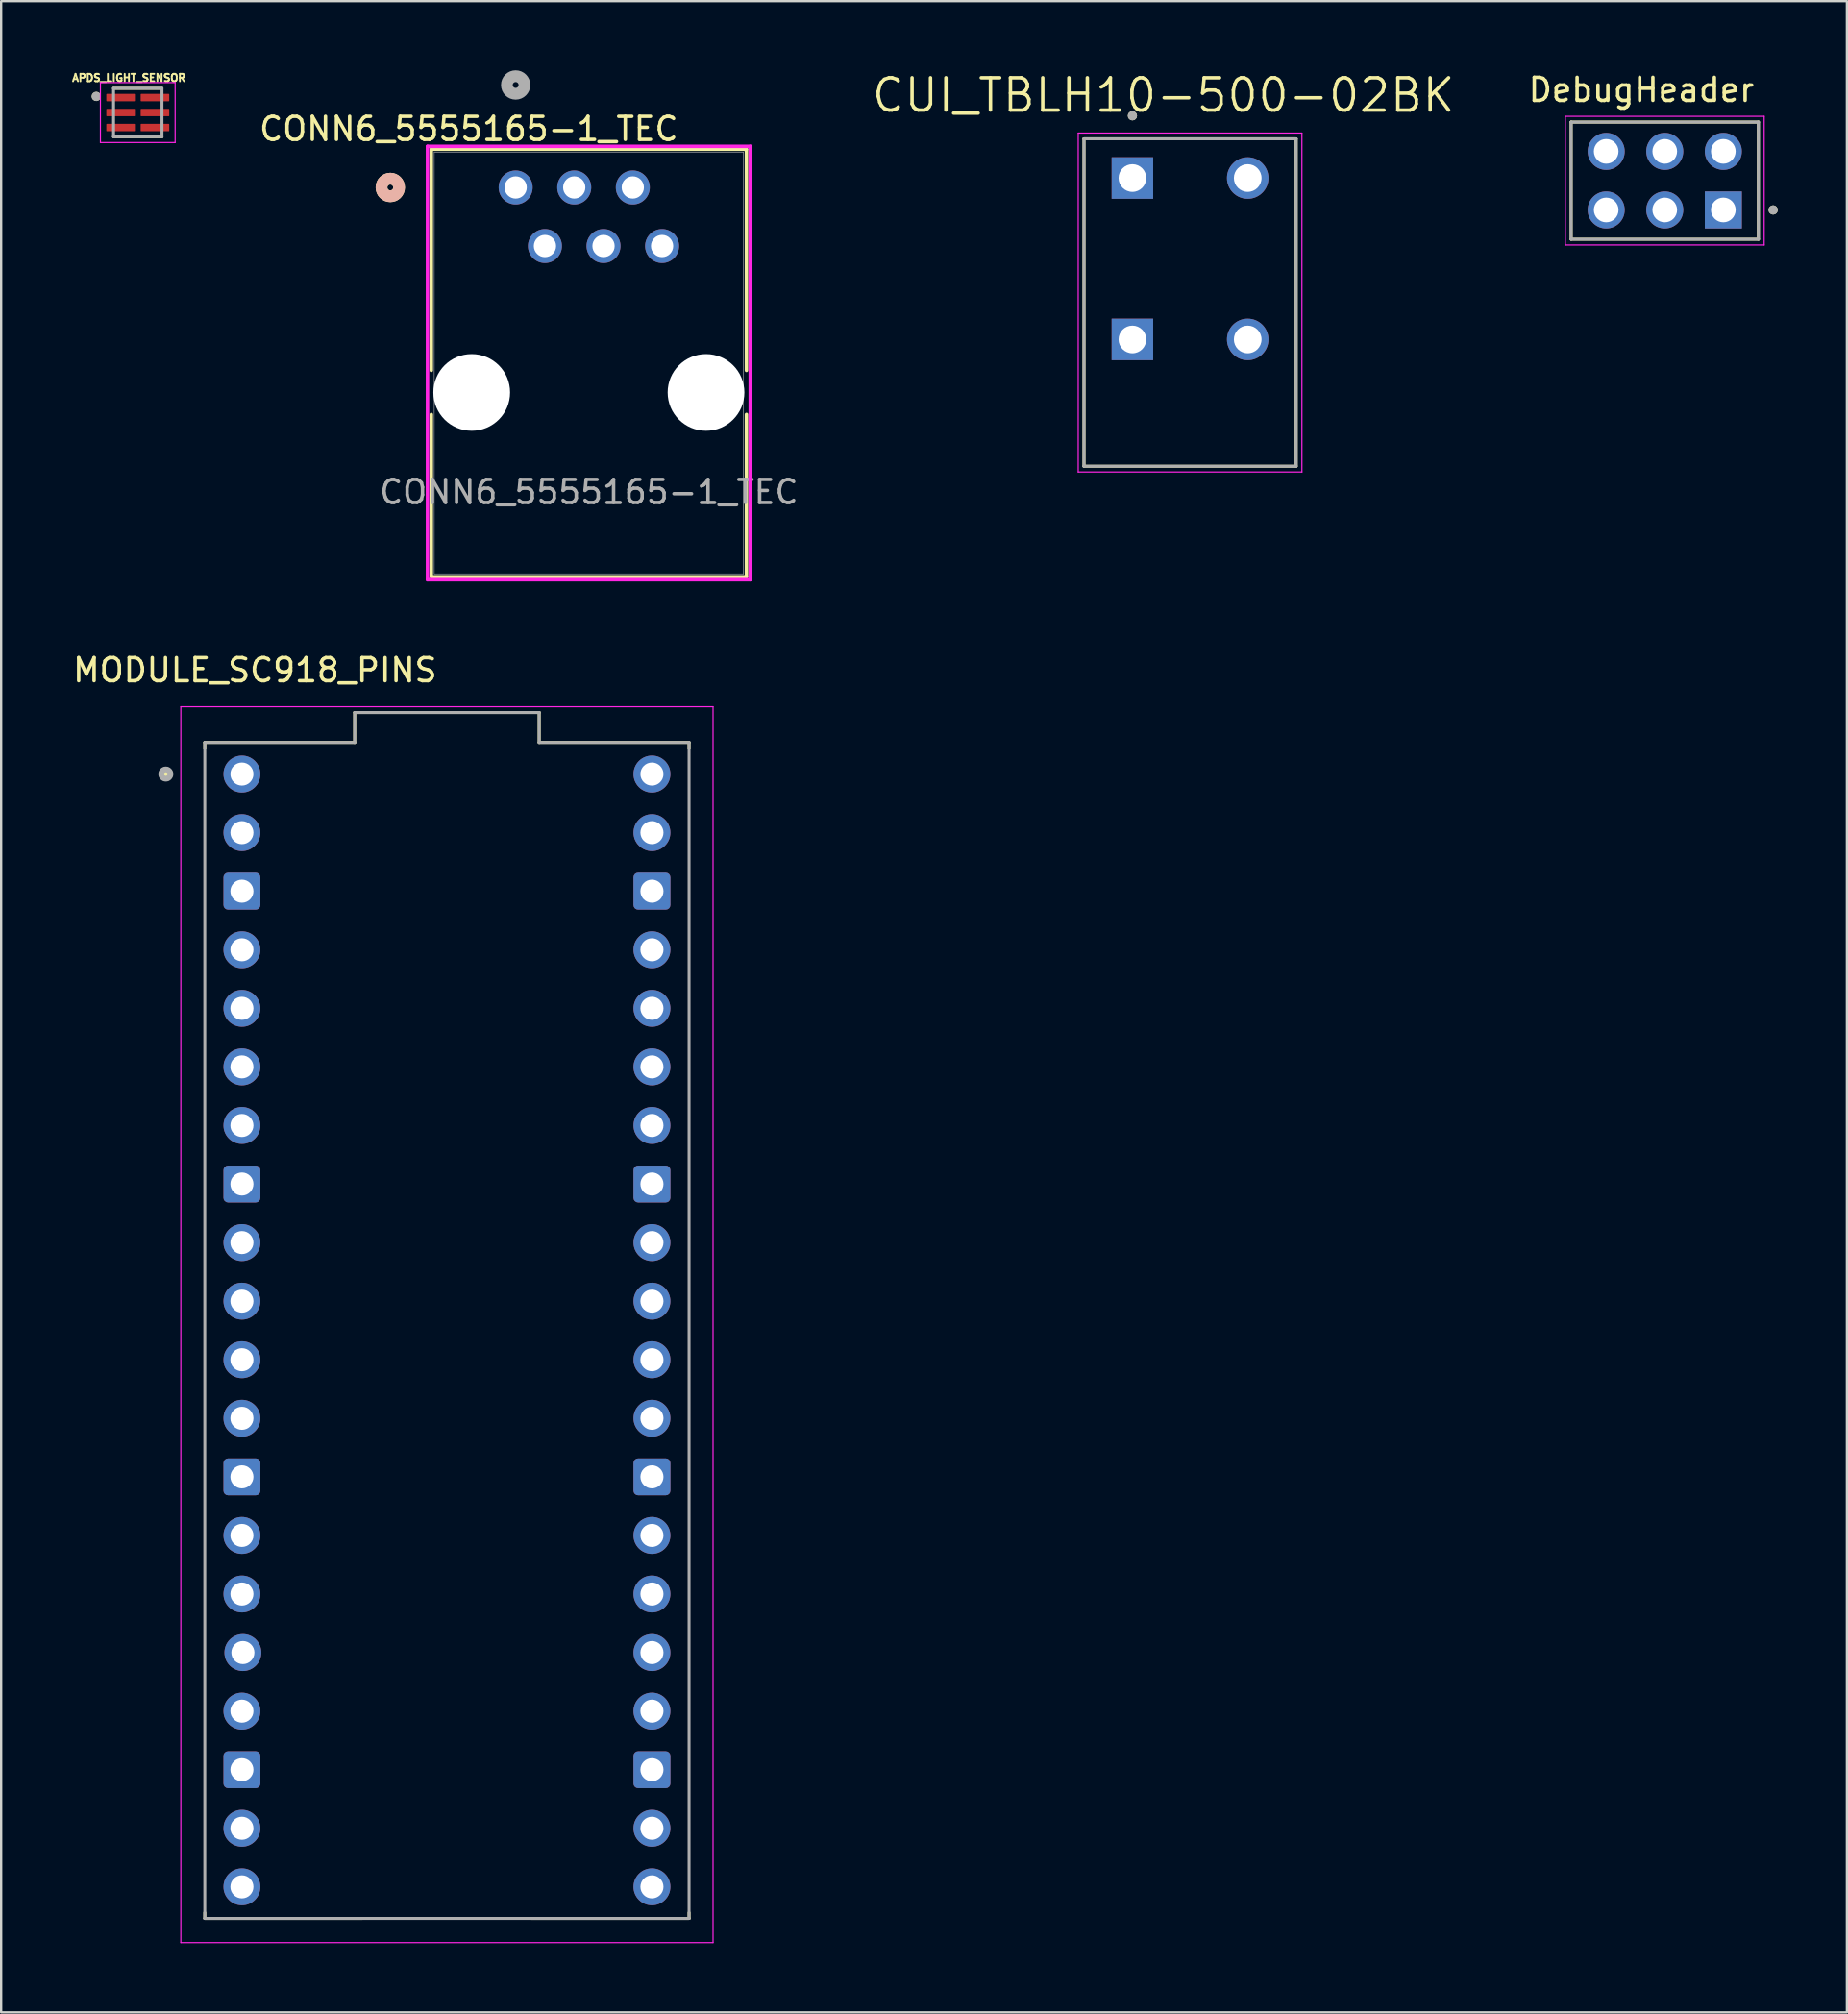
<source format=kicad_pcb>
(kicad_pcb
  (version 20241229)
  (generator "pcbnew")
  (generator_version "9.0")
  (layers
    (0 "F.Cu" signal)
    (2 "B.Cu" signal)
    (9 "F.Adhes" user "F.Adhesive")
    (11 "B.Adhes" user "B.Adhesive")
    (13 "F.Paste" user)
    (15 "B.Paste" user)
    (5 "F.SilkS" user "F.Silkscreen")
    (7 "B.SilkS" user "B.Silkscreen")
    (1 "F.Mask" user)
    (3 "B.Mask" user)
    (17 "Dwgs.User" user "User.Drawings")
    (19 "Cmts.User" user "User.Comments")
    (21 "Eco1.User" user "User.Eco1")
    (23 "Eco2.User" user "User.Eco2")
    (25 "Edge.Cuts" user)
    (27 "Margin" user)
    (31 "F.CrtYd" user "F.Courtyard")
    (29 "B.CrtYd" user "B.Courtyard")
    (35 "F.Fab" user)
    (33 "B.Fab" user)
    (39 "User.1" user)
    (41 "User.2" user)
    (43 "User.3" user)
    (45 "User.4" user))
  (footprint "CONN6_5555165-1_TEC"
    (layer "F.Cu")
    (at 19.311 5.08)
    (property "Reference" "CONN6_5555165-1_TEC" (at -2.032 -2.54 0) (unlocked yes) (layer "F.SilkS") (effects (font (size 1 1) (thickness 0.15))))
    (attr through_hole)
    (fp_line (start -3.658 -1.657) (end -3.658 7.934) (stroke (width 0.152) (type solid)) (layer "F.SilkS"))
    (fp_line (start -3.658 9.846) (end -3.658 16.885) (stroke (width 0.152) (type solid)) (layer "F.SilkS"))
    (fp_line (start -3.658 16.885) (end 10.008 16.885) (stroke (width 0.152) (type solid)) (layer "F.SilkS"))
    (fp_line (start 10.008 -1.657) (end -3.658 -1.657) (stroke (width 0.152) (type solid)) (layer "F.SilkS"))
    (fp_line (start 10.008 7.934) (end 10.008 -1.657) (stroke (width 0.152) (type solid)) (layer "F.SilkS"))
    (fp_line (start 10.008 16.885) (end 10.008 9.846) (stroke (width 0.152) (type solid)) (layer "F.SilkS"))
    (fp_circle (center -5.436 0) (end -5.055 0) (stroke (width 0.508) (type solid)) (fill no) (layer "F.SilkS"))
    (fp_circle (center -5.436 0) (end -5.055 0) (stroke (width 0.508) (type solid)) (fill no) (layer "B.SilkS"))
    (fp_line (start -3.823 -1.784) (end -3.823 17.012) (stroke (width 0.152) (type solid)) (layer "F.CrtYd"))
    (fp_line (start -3.823 17.012) (end 10.173 17.012) (stroke (width 0.152) (type solid)) (layer "F.CrtYd"))
    (fp_line (start 10.173 -1.784) (end -3.823 -1.784) (stroke (width 0.152) (type solid)) (layer "F.CrtYd"))
    (fp_line (start 10.173 17.012) (end 10.173 -1.784) (stroke (width 0.152) (type solid)) (layer "F.CrtYd"))
    (fp_line (start -3.531 -1.53) (end -3.531 16.758) (stroke (width 0.025) (type solid)) (layer "F.Fab"))
    (fp_line (start -3.531 16.758) (end 9.881 16.758) (stroke (width 0.025) (type solid)) (layer "F.Fab"))
    (fp_line (start 9.881 -1.53) (end -3.531 -1.53) (stroke (width 0.025) (type solid)) (layer "F.Fab"))
    (fp_line (start 9.881 16.758) (end 9.881 -1.53) (stroke (width 0.025) (type solid)) (layer "F.Fab"))
    (fp_circle (center 0 -4.445) (end 0.381 -4.445) (stroke (width 0.508) (type solid)) (fill no) (layer "F.Fab"))
    (fp_text user "${REFERENCE}" (at 3.175 13.208 0) (unlocked yes) (layer "F.Fab") (effects (font (size 1 1) (thickness 0.15))))
    (pad "" np_thru_hole circle (at -1.905 8.89) (size 3.327 3.327) (drill 3.327) (layers "*.Cu" "*.Mask"))
    (pad "" np_thru_hole circle (at 8.255 8.89) (size 3.327 3.327) (drill 3.327) (layers "*.Cu" "*.Mask"))
    (pad "1" thru_hole circle (at 0 0) (size 1.473 1.473) (drill 0.965) (layers "*.Cu" "*.Mask"))
    (pad "2" thru_hole circle (at 1.27 2.54) (size 1.473 1.473) (drill 0.965) (layers "*.Cu" "*.Mask"))
    (pad "3" thru_hole circle (at 2.54 0) (size 1.473 1.473) (drill 0.965) (layers "*.Cu" "*.Mask"))
    (pad "4" thru_hole circle (at 3.81 2.54) (size 1.473 1.473) (drill 0.965) (layers "*.Cu" "*.Mask"))
    (pad "5" thru_hole circle (at 5.08 0) (size 1.473 1.473) (drill 0.965) (layers "*.Cu" "*.Mask"))
    (pad "6" thru_hole circle (at 6.35 2.54) (size 1.473 1.473) (drill 0.965) (layers "*.Cu" "*.Mask")))
  (footprint "DebugHeader"
    (layer "F.Cu")
    (at 69.141 4.785)
    (property "Reference" "DebugHeader" (at -1.016 -3.937 0) (layer "F.SilkS") (effects (font (size 1 1) (thickness 0.15))))
    (attr through_hole)
    (fp_line (start -4.06 -2.54) (end 4.06 -2.54) (stroke (width 0.127) (type solid)) (layer "F.SilkS"))
    (fp_line (start -4.06 2.54) (end -4.06 -2.54) (stroke (width 0.127) (type solid)) (layer "F.SilkS"))
    (fp_line (start 4.06 -2.54) (end 4.06 2.54) (stroke (width 0.127) (type solid)) (layer "F.SilkS"))
    (fp_line (start 4.06 2.54) (end -4.06 2.54) (stroke (width 0.127) (type solid)) (layer "F.SilkS"))
    (fp_circle (center 4.699 1.27) (end 4.799 1.27) (stroke (width 0.2) (type solid)) (fill no) (layer "F.SilkS"))
    (fp_line (start -4.31 -2.79) (end 4.31 -2.79) (stroke (width 0.05) (type solid)) (layer "F.CrtYd"))
    (fp_line (start -4.31 2.79) (end -4.31 -2.79) (stroke (width 0.05) (type solid)) (layer "F.CrtYd"))
    (fp_line (start 4.31 -2.79) (end 4.31 2.79) (stroke (width 0.05) (type solid)) (layer "F.CrtYd"))
    (fp_line (start 4.31 2.79) (end -4.31 2.79) (stroke (width 0.05) (type solid)) (layer "F.CrtYd"))
    (fp_line (start -4.06 -2.54) (end 4.06 -2.54) (stroke (width 0.127) (type solid)) (layer "F.Fab"))
    (fp_line (start -4.06 2.54) (end -4.06 -2.54) (stroke (width 0.127) (type solid)) (layer "F.Fab"))
    (fp_line (start 4.06 -2.54) (end 4.06 2.54) (stroke (width 0.127) (type solid)) (layer "F.Fab"))
    (fp_line (start 4.06 2.54) (end -4.06 2.54) (stroke (width 0.127) (type solid)) (layer "F.Fab"))
    (fp_circle (center 4.699 1.27) (end 4.799 1.27) (stroke (width 0.2) (type solid)) (fill no) (layer "F.Fab"))
    (pad "1" thru_hole rect (at 2.54 1.27) (size 1.605 1.605) (drill 1.07) (layers "*.Cu" "*.Mask"))
    (pad "2" thru_hole circle (at 2.54 -1.27) (size 1.605 1.605) (drill 1.07) (layers "*.Cu" "*.Mask"))
    (pad "3" thru_hole circle (at 0 1.27) (size 1.605 1.605) (drill 1.07) (layers "*.Cu" "*.Mask"))
    (pad "4" thru_hole circle (at 0 -1.27) (size 1.605 1.605) (drill 1.07) (layers "*.Cu" "*.Mask"))
    (pad "5" thru_hole circle (at -2.54 1.27) (size 1.605 1.605) (drill 1.07) (layers "*.Cu" "*.Mask"))
    (pad "6" thru_hole circle (at -2.54 -1.27) (size 1.605 1.605) (drill 1.07) (layers "*.Cu" "*.Mask")))
  (footprint "MODULE_SC918_PINS"
    (layer "F.Cu")
    (at 16.331 54.651)
    (property "Reference" "MODULE_SC918_PINS" (at -8.325 -28.635 0) (layer "F.SilkS") (effects (font (size 1 1) (thickness 0.15))))
    (attr through_hole)
    (fp_line (start -10.5 -25.5) (end -4 -25.5) (stroke (width 0.127) (type solid)) (layer "F.SilkS"))
    (fp_line (start -10.5 -25.25) (end -10.5 -25.5) (stroke (width 0.127) (type solid)) (layer "F.SilkS"))
    (fp_line (start -10.5 25.5) (end -10.5 25.25) (stroke (width 0.127) (type solid)) (layer "F.SilkS"))
    (fp_line (start -4 -26.8) (end 4 -26.8) (stroke (width 0.127) (type solid)) (layer "F.SilkS"))
    (fp_line (start -4 -25.5) (end -4 -26.8) (stroke (width 0.127) (type solid)) (layer "F.SilkS"))
    (fp_line (start -3.66 25.5) (end -10.5 25.5) (stroke (width 0.127) (type solid)) (layer "F.SilkS"))
    (fp_line (start 4 -26.8) (end 4 -25.5) (stroke (width 0.127) (type solid)) (layer "F.SilkS"))
    (fp_line (start 4 -25.5) (end 10.5 -25.5) (stroke (width 0.127) (type solid)) (layer "F.SilkS"))
    (fp_line (start 10.5 -25.5) (end 10.5 -25.25) (stroke (width 0.127) (type solid)) (layer "F.SilkS"))
    (fp_line (start 10.5 25.5) (end 3.66 25.5) (stroke (width 0.127) (type solid)) (layer "F.SilkS"))
    (fp_line (start 10.5 25.5) (end 10.5 25.25) (stroke (width 0.127) (type solid)) (layer "F.SilkS"))
    (fp_circle (center -12.19 -24.13) (end -11.99 -24.13) (stroke (width 0.2) (type solid)) (fill yes) (layer "F.SilkS"))
    (fp_line (start -11.54 -27.05) (end -11.54 26.55) (stroke (width 0.05) (type solid)) (layer "F.CrtYd"))
    (fp_line (start -11.54 26.55) (end 11.54 26.55) (stroke (width 0.05) (type solid)) (layer "F.CrtYd"))
    (fp_line (start 11.54 -27.05) (end -11.54 -27.05) (stroke (width 0.05) (type solid)) (layer "F.CrtYd"))
    (fp_line (start 11.54 26.55) (end 11.54 -27.05) (stroke (width 0.05) (type solid)) (layer "F.CrtYd"))
    (fp_line (start -10.5 -25.5) (end -4 -25.5) (stroke (width 0.127) (type solid)) (layer "F.Fab"))
    (fp_line (start -10.5 25.5) (end -10.5 -25.5) (stroke (width 0.127) (type solid)) (layer "F.Fab"))
    (fp_line (start -4 -26.8) (end 4 -26.8) (stroke (width 0.127) (type solid)) (layer "F.Fab"))
    (fp_line (start -4 -25.5) (end -4 -26.8) (stroke (width 0.127) (type solid)) (layer "F.Fab"))
    (fp_line (start 4 -26.8) (end 4 -25.5) (stroke (width 0.127) (type solid)) (layer "F.Fab"))
    (fp_line (start 4 -25.5) (end 10.5 -25.5) (stroke (width 0.127) (type solid)) (layer "F.Fab"))
    (fp_line (start 10.5 -25.5) (end 10.5 25.5) (stroke (width 0.127) (type solid)) (layer "F.Fab"))
    (fp_line (start 10.5 25.5) (end -10.5 25.5) (stroke (width 0.127) (type solid)) (layer "F.Fab"))
    (fp_circle (center -12.19 -24.13) (end -11.99 -24.13) (stroke (width 0.25) (type solid)) (fill no) (layer "F.Fab"))
    (pad "1" thru_hole circle (at -8.89 -24.13) (size 1.6 1.6) (drill 1) (layers "*.Cu" "*.Mask"))
    (pad "2" thru_hole circle (at -8.89 -21.59) (size 1.6 1.6) (drill 1) (layers "*.Cu" "*.Mask"))
    (pad "3" thru_hole roundrect (at -8.89 -19.05) (size 1.6 1.6) (drill 1) (layers "*.Cu" "*.Mask") (roundrect_rratio 0.125))
    (pad "4" thru_hole circle (at -8.89 -16.51) (size 1.6 1.6) (drill 1) (layers "*.Cu" "*.Mask"))
    (pad "5" thru_hole circle (at -8.89 -13.97) (size 1.6 1.6) (drill 1) (layers "*.Cu" "*.Mask"))
    (pad "6" thru_hole circle (at -8.89 -11.43) (size 1.6 1.6) (drill 1) (layers "*.Cu" "*.Mask"))
    (pad "7" thru_hole circle (at -8.89 -8.89) (size 1.6 1.6) (drill 1) (layers "*.Cu" "*.Mask"))
    (pad "8" thru_hole roundrect (at -8.89 -6.35) (size 1.6 1.6) (drill 1) (layers "*.Cu" "*.Mask") (roundrect_rratio 0.125))
    (pad "9" thru_hole circle (at -8.89 -3.81) (size 1.6 1.6) (drill 1) (layers "*.Cu" "*.Mask"))
    (pad "10" thru_hole circle (at -8.89 -1.27) (size 1.6 1.6) (drill 1) (layers "*.Cu" "*.Mask"))
    (pad "11" thru_hole circle (at -8.89 1.27) (size 1.6 1.6) (drill 1) (layers "*.Cu" "*.Mask"))
    (pad "12" thru_hole circle (at -8.89 3.81) (size 1.6 1.6) (drill 1) (layers "*.Cu" "*.Mask"))
    (pad "13" thru_hole roundrect (at -8.89 6.35) (size 1.6 1.6) (drill 1) (layers "*.Cu" "*.Mask") (roundrect_rratio 0.125))
    (pad "14" thru_hole circle (at -8.89 8.89) (size 1.6 1.6) (drill 1) (layers "*.Cu" "*.Mask"))
    (pad "15" thru_hole circle (at -8.89 11.43) (size 1.6 1.6) (drill 1) (layers "*.Cu" "*.Mask"))
    (pad "16" thru_hole circle (at -8.848 13.97) (size 1.6 1.6) (drill 1) (layers "*.Cu" "*.Mask"))
    (pad "17" thru_hole circle (at -8.89 16.51) (size 1.6 1.6) (drill 1) (layers "*.Cu" "*.Mask"))
    (pad "18" thru_hole roundrect (at -8.89 19.05) (size 1.6 1.6) (drill 1) (layers "*.Cu" "*.Mask") (roundrect_rratio 0.125))
    (pad "19" thru_hole circle (at -8.89 21.59) (size 1.6 1.6) (drill 1) (layers "*.Cu" "*.Mask"))
    (pad "20" thru_hole circle (at -8.89 24.13) (size 1.6 1.6) (drill 1) (layers "*.Cu" "*.Mask"))
    (pad "21" thru_hole circle (at 8.89 24.13) (size 1.6 1.6) (drill 1) (layers "*.Cu" "*.Mask"))
    (pad "22" thru_hole circle (at 8.89 21.59) (size 1.6 1.6) (drill 1) (layers "*.Cu" "*.Mask"))
    (pad "23" thru_hole roundrect (at 8.89 19.05) (size 1.6 1.6) (drill 1) (layers "*.Cu" "*.Mask") (roundrect_rratio 0.125))
    (pad "24" thru_hole circle (at 8.89 16.51) (size 1.6 1.6) (drill 1) (layers "*.Cu" "*.Mask"))
    (pad "25" thru_hole circle (at 8.89 13.97) (size 1.6 1.6) (drill 1) (layers "*.Cu" "*.Mask"))
    (pad "26" thru_hole circle (at 8.89 11.43) (size 1.6 1.6) (drill 1) (layers "*.Cu" "*.Mask"))
    (pad "27" thru_hole circle (at 8.89 8.89) (size 1.6 1.6) (drill 1) (layers "*.Cu" "*.Mask"))
    (pad "28" thru_hole roundrect (at 8.89 6.35) (size 1.6 1.6) (drill 1) (layers "*.Cu" "*.Mask") (roundrect_rratio 0.125))
    (pad "29" thru_hole circle (at 8.89 3.81) (size 1.6 1.6) (drill 1) (layers "*.Cu" "*.Mask"))
    (pad "30" thru_hole circle (at 8.89 1.27) (size 1.6 1.6) (drill 1) (layers "*.Cu" "*.Mask"))
    (pad "31" thru_hole circle (at 8.89 -1.27) (size 1.6 1.6) (drill 1) (layers "*.Cu" "*.Mask"))
    (pad "32" thru_hole circle (at 8.89 -3.81) (size 1.6 1.6) (drill 1) (layers "*.Cu" "*.Mask"))
    (pad "33" thru_hole roundrect (at 8.89 -6.35) (size 1.6 1.6) (drill 1) (layers "*.Cu" "*.Mask") (roundrect_rratio 0.125))
    (pad "34" thru_hole circle (at 8.89 -8.89) (size 1.6 1.6) (drill 1) (layers "*.Cu" "*.Mask"))
    (pad "35" thru_hole circle (at 8.89 -11.43) (size 1.6 1.6) (drill 1) (layers "*.Cu" "*.Mask"))
    (pad "36" thru_hole circle (at 8.89 -13.97) (size 1.6 1.6) (drill 1) (layers "*.Cu" "*.Mask"))
    (pad "37" thru_hole circle (at 8.89 -16.51) (size 1.6 1.6) (drill 1) (layers "*.Cu" "*.Mask"))
    (pad "38" thru_hole roundrect (at 8.89 -19.05) (size 1.6 1.6) (drill 1) (layers "*.Cu" "*.Mask") (roundrect_rratio 0.125))
    (pad "39" thru_hole circle (at 8.89 -21.59) (size 1.6 1.6) (drill 1) (layers "*.Cu" "*.Mask"))
    (pad "40" thru_hole circle (at 8.89 -24.13) (size 1.6 1.6) (drill 1) (layers "*.Cu" "*.Mask")))
  (footprint "APDS_LIGHT_SENSOR"
    (layer "F.Cu")
    (at 2.925 1.831)
    (property "Reference" "APDS_LIGHT_SENSOR" (at -0.384 -1.503 0) (layer "F.SilkS") (effects (font (size 0.32 0.32) (thickness 0.15))))
    (attr smd)
    (fp_line (start -1.05 -1.05) (end 1.05 -1.05) (stroke (width 0.127) (type solid)) (layer "F.SilkS"))
    (fp_line (start -1.05 1.05) (end 1.05 1.05) (stroke (width 0.127) (type solid)) (layer "F.SilkS"))
    (fp_circle (center -1.8 -0.7) (end -1.7 -0.7) (stroke (width 0.2) (type solid)) (fill no) (layer "F.SilkS"))
    (fp_line (start -1.62 -1.3) (end 1.62 -1.3) (stroke (width 0.05) (type solid)) (layer "F.CrtYd"))
    (fp_line (start -1.62 1.3) (end -1.62 -1.3) (stroke (width 0.05) (type solid)) (layer "F.CrtYd"))
    (fp_line (start 1.62 -1.3) (end 1.62 1.3) (stroke (width 0.05) (type solid)) (layer "F.CrtYd"))
    (fp_line (start 1.62 1.3) (end -1.62 1.3) (stroke (width 0.05) (type solid)) (layer "F.CrtYd"))
    (fp_line (start -1.05 -1.05) (end 1.05 -1.05) (stroke (width 0.127) (type solid)) (layer "F.Fab"))
    (fp_line (start -1.05 1.05) (end -1.05 -1.05) (stroke (width 0.127) (type solid)) (layer "F.Fab"))
    (fp_line (start 1.05 -1.05) (end 1.05 1.05) (stroke (width 0.127) (type solid)) (layer "F.Fab"))
    (fp_line (start 1.05 1.05) (end -1.05 1.05) (stroke (width 0.127) (type solid)) (layer "F.Fab"))
    (fp_circle (center -1.8 -0.7) (end -1.7 -0.7) (stroke (width 0.2) (type solid)) (fill no) (layer "F.Fab"))
    (pad "1" smd roundrect (at -0.745 -0.65) (size 1.24 0.32) (layers "F.Cu" "F.Mask" "F.Paste") (roundrect_rratio 0.08))
    (pad "2" smd roundrect (at -0.745 0) (size 1.24 0.32) (layers "F.Cu" "F.Mask" "F.Paste") (roundrect_rratio 0.08))
    (pad "3" smd roundrect (at -0.745 0.65) (size 1.24 0.32) (layers "F.Cu" "F.Mask" "F.Paste") (roundrect_rratio 0.08))
    (pad "4" smd roundrect (at 0.745 0.65) (size 1.24 0.32) (layers "F.Cu" "F.Mask" "F.Paste") (roundrect_rratio 0.08))
    (pad "5" smd roundrect (at 0.745 0) (size 1.24 0.32) (layers "F.Cu" "F.Mask" "F.Paste") (roundrect_rratio 0.08))
    (pad "6" smd roundrect (at 0.745 -0.65) (size 1.24 0.32) (layers "F.Cu" "F.Mask" "F.Paste") (roundrect_rratio 0.08)))
  (footprint "CUI_TBLH10-500-02BK"
    (layer "F.Cu")
    (at 46.056 4.671)
    (property "Reference" "CUI_TBLH10-500-02BK" (at 1.345 -3.589 0) (layer "F.SilkS") (effects (font (size 1.4 1.4) (thickness 0.15))))
    (attr through_hole)
    (fp_line (start -2.1 -1.7) (end 7.1 -1.7) (stroke (width 0.127) (type solid)) (layer "F.SilkS"))
    (fp_line (start -2.1 12.5) (end -2.1 -1.7) (stroke (width 0.127) (type solid)) (layer "F.SilkS"))
    (fp_line (start 7.1 -1.7) (end 7.1 12.5) (stroke (width 0.127) (type solid)) (layer "F.SilkS"))
    (fp_line (start 7.1 12.5) (end -2.1 12.5) (stroke (width 0.127) (type solid)) (layer "F.SilkS"))
    (fp_circle (center 0 -2.7) (end 0.1 -2.7) (stroke (width 0.2) (type solid)) (fill no) (layer "F.SilkS"))
    (fp_line (start -2.35 -1.95) (end 7.35 -1.95) (stroke (width 0.05) (type solid)) (layer "F.CrtYd"))
    (fp_line (start -2.35 12.75) (end -2.35 -1.95) (stroke (width 0.05) (type solid)) (layer "F.CrtYd"))
    (fp_line (start 7.35 -1.95) (end 7.35 12.75) (stroke (width 0.05) (type solid)) (layer "F.CrtYd"))
    (fp_line (start 7.35 12.75) (end -2.35 12.75) (stroke (width 0.05) (type solid)) (layer "F.CrtYd"))
    (fp_line (start -2.1 -1.7) (end 7.1 -1.7) (stroke (width 0.127) (type solid)) (layer "F.Fab"))
    (fp_line (start -2.1 12.5) (end -2.1 -1.7) (stroke (width 0.127) (type solid)) (layer "F.Fab"))
    (fp_line (start 7.1 -1.7) (end 7.1 12.5) (stroke (width 0.127) (type solid)) (layer "F.Fab"))
    (fp_line (start 7.1 12.5) (end -2.1 12.5) (stroke (width 0.127) (type solid)) (layer "F.Fab"))
    (fp_circle (center 0 -2.7) (end 0.1 -2.7) (stroke (width 0.2) (type solid)) (fill no) (layer "F.Fab"))
    (pad "1_A" thru_hole rect (at 0 0) (size 1.8 1.8) (drill 1.2) (layers "*.Cu" "*.Mask"))
    (pad "1_B" thru_hole rect (at 0 7) (size 1.8 1.8) (drill 1.2) (layers "*.Cu" "*.Mask"))
    (pad "2_A" thru_hole circle (at 5 0) (size 1.8 1.8) (drill 1.2) (layers "*.Cu" "*.Mask"))
    (pad "2_B" thru_hole circle (at 5 7) (size 1.8 1.8) (drill 1.2) (layers "*.Cu" "*.Mask")))
  (gr_rect
    (start -3 -3)
    (end 77.04 84.226)
    (stroke (width 0.1) (type default))
    (fill no)
    (layer "Edge.Cuts")))
</source>
